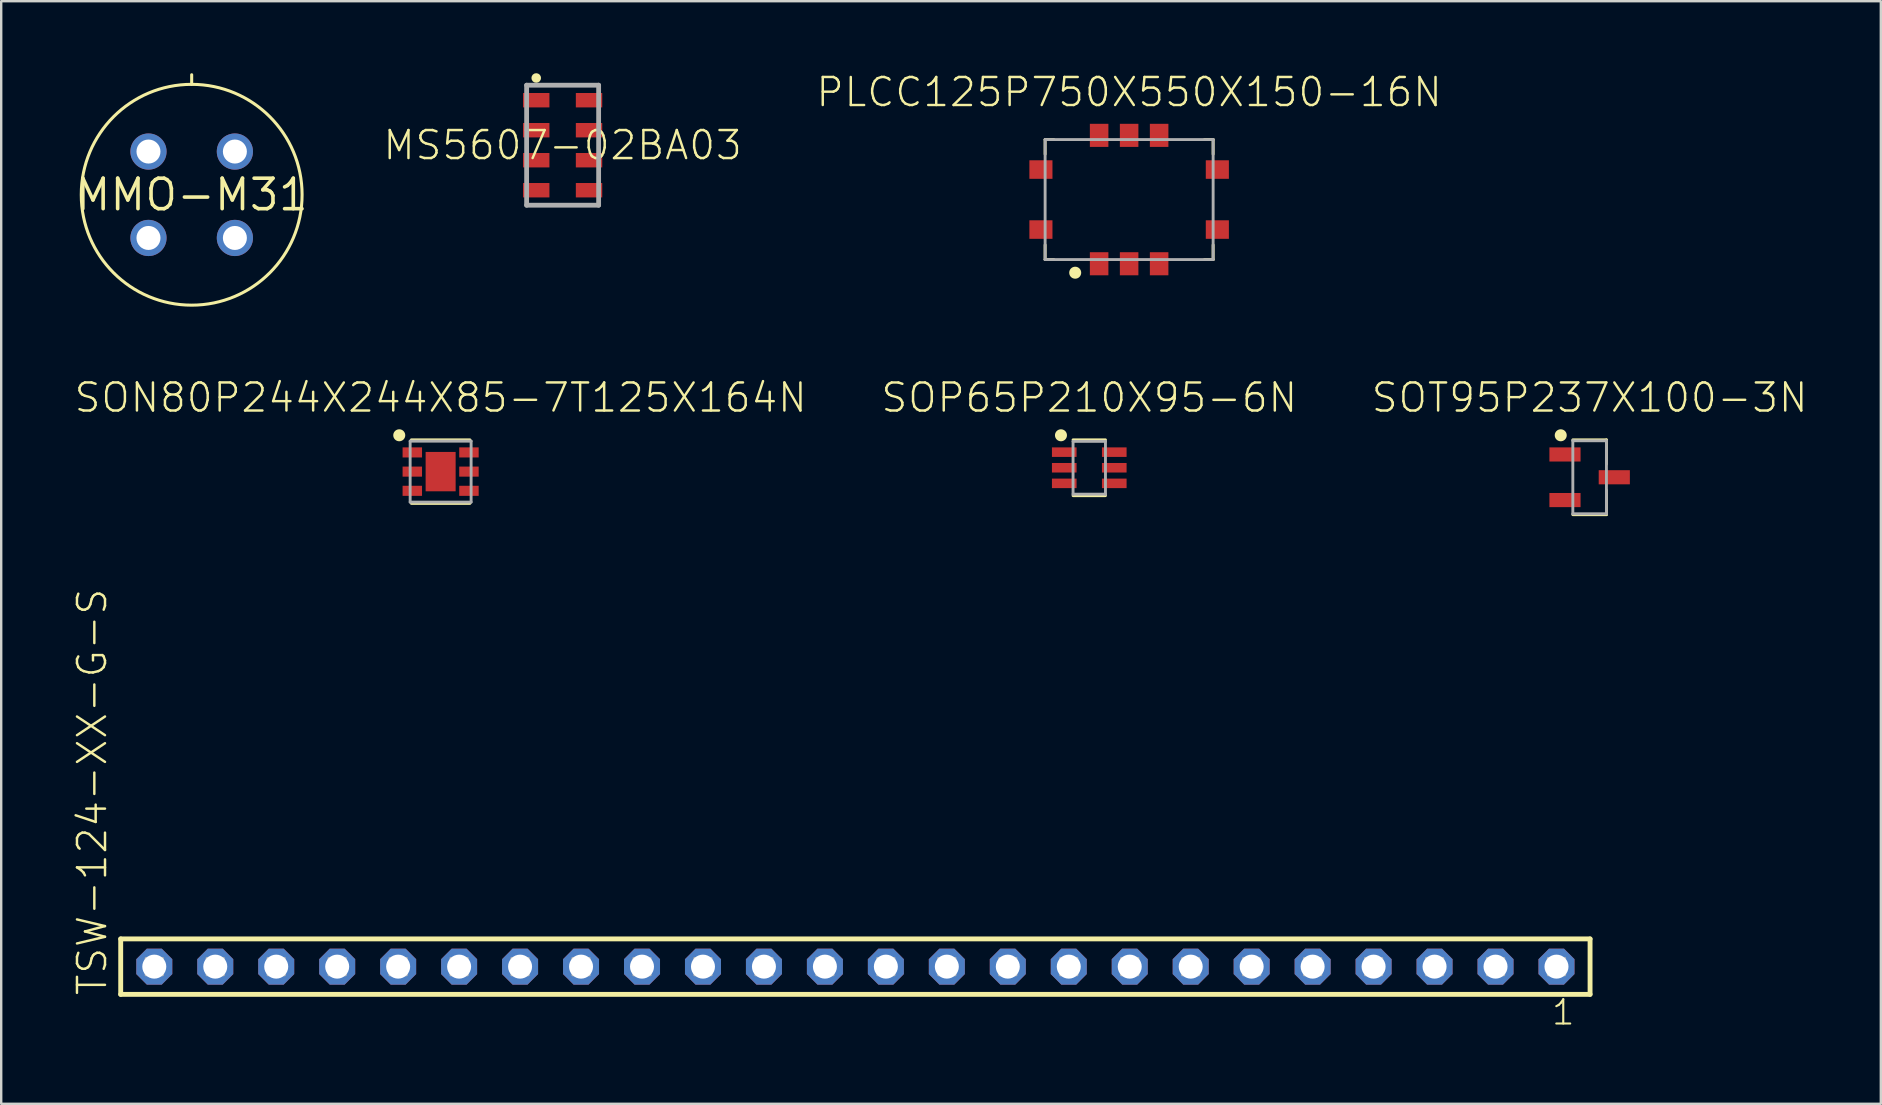
<source format=kicad_pcb>
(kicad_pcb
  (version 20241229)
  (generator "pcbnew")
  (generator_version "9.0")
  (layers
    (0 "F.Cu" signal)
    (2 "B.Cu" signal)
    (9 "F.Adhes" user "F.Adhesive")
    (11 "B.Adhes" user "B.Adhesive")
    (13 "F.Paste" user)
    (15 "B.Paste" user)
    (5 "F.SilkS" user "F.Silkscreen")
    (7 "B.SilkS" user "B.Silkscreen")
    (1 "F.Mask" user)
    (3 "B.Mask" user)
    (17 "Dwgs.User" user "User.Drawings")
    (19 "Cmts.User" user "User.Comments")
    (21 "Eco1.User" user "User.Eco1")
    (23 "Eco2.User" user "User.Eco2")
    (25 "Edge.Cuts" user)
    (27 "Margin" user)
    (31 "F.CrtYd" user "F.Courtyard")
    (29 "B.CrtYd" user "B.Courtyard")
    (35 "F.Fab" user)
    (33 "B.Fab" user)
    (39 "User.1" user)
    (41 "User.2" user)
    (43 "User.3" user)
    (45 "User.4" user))
  (footprint "TSW-124-XX-G-S"
    (layer "F.Cu")
    (at 32.588 37.223)
    (property "Reference" "TSW-124-XX-G-S" (at -31.115 1.27 90) (layer "F.SilkS") (effects (font (size 1.168 1.168) (thickness 0.102)) (justify left bottom)))
    (fp_line (start -30.609 -1.155) (end 30.609 -1.155) (stroke (width 0.203) (type solid)) (layer "F.SilkS"))
    (fp_line (start -30.609 1.155) (end -30.609 -1.155) (stroke (width 0.203) (type solid)) (layer "F.SilkS"))
    (fp_line (start 30.609 -1.155) (end 30.609 1.155) (stroke (width 0.203) (type solid)) (layer "F.SilkS"))
    (fp_line (start 30.609 1.155) (end -30.609 1.155) (stroke (width 0.203) (type solid)) (layer "F.SilkS"))
    (fp_poly (pts (xy -29.56 0.35) (xy -28.86 0.35) (xy -28.86 -0.35) (xy -29.56 -0.35)) (stroke (width 0.1) (type solid)) (fill no) (layer "F.Fab"))
    (fp_poly (pts (xy -27.02 0.35) (xy -26.32 0.35) (xy -26.32 -0.35) (xy -27.02 -0.35)) (stroke (width 0.1) (type solid)) (fill no) (layer "F.Fab"))
    (fp_poly (pts (xy -24.48 0.35) (xy -23.78 0.35) (xy -23.78 -0.35) (xy -24.48 -0.35)) (stroke (width 0.1) (type solid)) (fill no) (layer "F.Fab"))
    (fp_poly (pts (xy -21.94 0.35) (xy -21.24 0.35) (xy -21.24 -0.35) (xy -21.94 -0.35)) (stroke (width 0.1) (type solid)) (fill no) (layer "F.Fab"))
    (fp_poly (pts (xy -19.4 0.35) (xy -18.7 0.35) (xy -18.7 -0.35) (xy -19.4 -0.35)) (stroke (width 0.1) (type solid)) (fill no) (layer "F.Fab"))
    (fp_poly (pts (xy -16.86 0.35) (xy -16.16 0.35) (xy -16.16 -0.35) (xy -16.86 -0.35)) (stroke (width 0.1) (type solid)) (fill no) (layer "F.Fab"))
    (fp_poly (pts (xy -14.32 0.35) (xy -13.62 0.35) (xy -13.62 -0.35) (xy -14.32 -0.35)) (stroke (width 0.1) (type solid)) (fill no) (layer "F.Fab"))
    (fp_poly (pts (xy -11.78 0.35) (xy -11.08 0.35) (xy -11.08 -0.35) (xy -11.78 -0.35)) (stroke (width 0.1) (type solid)) (fill no) (layer "F.Fab"))
    (fp_poly (pts (xy -9.24 0.35) (xy -8.54 0.35) (xy -8.54 -0.35) (xy -9.24 -0.35)) (stroke (width 0.1) (type solid)) (fill no) (layer "F.Fab"))
    (fp_poly (pts (xy -6.7 0.35) (xy -6 0.35) (xy -6 -0.35) (xy -6.7 -0.35)) (stroke (width 0.1) (type solid)) (fill no) (layer "F.Fab"))
    (fp_poly (pts (xy -4.16 0.35) (xy -3.46 0.35) (xy -3.46 -0.35) (xy -4.16 -0.35)) (stroke (width 0.1) (type solid)) (fill no) (layer "F.Fab"))
    (fp_poly (pts (xy -1.62 0.35) (xy -0.92 0.35) (xy -0.92 -0.35) (xy -1.62 -0.35)) (stroke (width 0.1) (type solid)) (fill no) (layer "F.Fab"))
    (fp_poly (pts (xy 0.92 0.35) (xy 1.62 0.35) (xy 1.62 -0.35) (xy 0.92 -0.35)) (stroke (width 0.1) (type solid)) (fill no) (layer "F.Fab"))
    (fp_poly (pts (xy 3.46 0.35) (xy 4.16 0.35) (xy 4.16 -0.35) (xy 3.46 -0.35)) (stroke (width 0.1) (type solid)) (fill no) (layer "F.Fab"))
    (fp_poly (pts (xy 6 0.35) (xy 6.7 0.35) (xy 6.7 -0.35) (xy 6 -0.35)) (stroke (width 0.1) (type solid)) (fill no) (layer "F.Fab"))
    (fp_poly (pts (xy 8.54 0.35) (xy 9.24 0.35) (xy 9.24 -0.35) (xy 8.54 -0.35)) (stroke (width 0.1) (type solid)) (fill no) (layer "F.Fab"))
    (fp_poly (pts (xy 11.08 0.35) (xy 11.78 0.35) (xy 11.78 -0.35) (xy 11.08 -0.35)) (stroke (width 0.1) (type solid)) (fill no) (layer "F.Fab"))
    (fp_poly (pts (xy 13.62 0.35) (xy 14.32 0.35) (xy 14.32 -0.35) (xy 13.62 -0.35)) (stroke (width 0.1) (type solid)) (fill no) (layer "F.Fab"))
    (fp_poly (pts (xy 16.16 0.35) (xy 16.86 0.35) (xy 16.86 -0.35) (xy 16.16 -0.35)) (stroke (width 0.1) (type solid)) (fill no) (layer "F.Fab"))
    (fp_poly (pts (xy 18.7 0.35) (xy 19.4 0.35) (xy 19.4 -0.35) (xy 18.7 -0.35)) (stroke (width 0.1) (type solid)) (fill no) (layer "F.Fab"))
    (fp_poly (pts (xy 21.24 0.35) (xy 21.94 0.35) (xy 21.94 -0.35) (xy 21.24 -0.35)) (stroke (width 0.1) (type solid)) (fill no) (layer "F.Fab"))
    (fp_poly (pts (xy 23.78 0.35) (xy 24.48 0.35) (xy 24.48 -0.35) (xy 23.78 -0.35)) (stroke (width 0.1) (type solid)) (fill no) (layer "F.Fab"))
    (fp_poly (pts (xy 26.32 0.35) (xy 27.02 0.35) (xy 27.02 -0.35) (xy 26.32 -0.35)) (stroke (width 0.1) (type solid)) (fill no) (layer "F.Fab"))
    (fp_poly (pts (xy 28.86 0.35) (xy 29.56 0.35) (xy 29.56 -0.35) (xy 28.86 -0.35)) (stroke (width 0.1) (type solid)) (fill no) (layer "F.Fab"))
    (fp_text user "1" (at 28.952 2.498 0) (layer "F.SilkS") (effects (font (size 1.012 1.012) (thickness 0.088)) (justify left bottom)))
    (pad "1" thru_hole roundrect (at 29.21 0 180) (size 1.5 1.5) (drill 1) (layers "*.Cu" "*.Mask") (roundrect_rratio 0.25) (chamfer_ratio 0.293) (chamfer top_left top_right bottom_left bottom_right))
    (pad "2" thru_hole roundrect (at 26.67 0 180) (size 1.5 1.5) (drill 1) (layers "*.Cu" "*.Mask") (roundrect_rratio 0.25) (chamfer_ratio 0.293) (chamfer top_left top_right bottom_left bottom_right))
    (pad "3" thru_hole roundrect (at 24.13 0 180) (size 1.5 1.5) (drill 1) (layers "*.Cu" "*.Mask") (roundrect_rratio 0.25) (chamfer_ratio 0.293) (chamfer top_left top_right bottom_left bottom_right))
    (pad "4" thru_hole roundrect (at 21.59 0 180) (size 1.5 1.5) (drill 1) (layers "*.Cu" "*.Mask") (roundrect_rratio 0.25) (chamfer_ratio 0.293) (chamfer top_left top_right bottom_left bottom_right))
    (pad "5" thru_hole roundrect (at 19.05 0 180) (size 1.5 1.5) (drill 1) (layers "*.Cu" "*.Mask") (roundrect_rratio 0.25) (chamfer_ratio 0.293) (chamfer top_left top_right bottom_left bottom_right))
    (pad "6" thru_hole roundrect (at 16.51 0 180) (size 1.5 1.5) (drill 1) (layers "*.Cu" "*.Mask") (roundrect_rratio 0.25) (chamfer_ratio 0.293) (chamfer top_left top_right bottom_left bottom_right))
    (pad "7" thru_hole roundrect (at 13.97 0 180) (size 1.5 1.5) (drill 1) (layers "*.Cu" "*.Mask") (roundrect_rratio 0.25) (chamfer_ratio 0.293) (chamfer top_left top_right bottom_left bottom_right))
    (pad "8" thru_hole roundrect (at 11.43 0 180) (size 1.5 1.5) (drill 1) (layers "*.Cu" "*.Mask") (roundrect_rratio 0.25) (chamfer_ratio 0.293) (chamfer top_left top_right bottom_left bottom_right))
    (pad "9" thru_hole roundrect (at 8.89 0 180) (size 1.5 1.5) (drill 1) (layers "*.Cu" "*.Mask") (roundrect_rratio 0.25) (chamfer_ratio 0.293) (chamfer top_left top_right bottom_left bottom_right))
    (pad "10" thru_hole roundrect (at 6.35 0 180) (size 1.5 1.5) (drill 1) (layers "*.Cu" "*.Mask") (roundrect_rratio 0.25) (chamfer_ratio 0.293) (chamfer top_left top_right bottom_left bottom_right))
    (pad "11" thru_hole roundrect (at 3.81 0 180) (size 1.5 1.5) (drill 1) (layers "*.Cu" "*.Mask") (roundrect_rratio 0.25) (chamfer_ratio 0.293) (chamfer top_left top_right bottom_left bottom_right))
    (pad "12" thru_hole roundrect (at 1.27 0 180) (size 1.5 1.5) (drill 1) (layers "*.Cu" "*.Mask") (roundrect_rratio 0.25) (chamfer_ratio 0.293) (chamfer top_left top_right bottom_left bottom_right))
    (pad "13" thru_hole roundrect (at -1.27 0 180) (size 1.5 1.5) (drill 1) (layers "*.Cu" "*.Mask") (roundrect_rratio 0.25) (chamfer_ratio 0.293) (chamfer top_left top_right bottom_left bottom_right))
    (pad "14" thru_hole roundrect (at -3.81 0 180) (size 1.5 1.5) (drill 1) (layers "*.Cu" "*.Mask") (roundrect_rratio 0.25) (chamfer_ratio 0.293) (chamfer top_left top_right bottom_left bottom_right))
    (pad "15" thru_hole roundrect (at -6.35 0 180) (size 1.5 1.5) (drill 1) (layers "*.Cu" "*.Mask") (roundrect_rratio 0.25) (chamfer_ratio 0.293) (chamfer top_left top_right bottom_left bottom_right))
    (pad "16" thru_hole roundrect (at -8.89 0 180) (size 1.5 1.5) (drill 1) (layers "*.Cu" "*.Mask") (roundrect_rratio 0.25) (chamfer_ratio 0.293) (chamfer top_left top_right bottom_left bottom_right))
    (pad "17" thru_hole roundrect (at -11.43 0 180) (size 1.5 1.5) (drill 1) (layers "*.Cu" "*.Mask") (roundrect_rratio 0.25) (chamfer_ratio 0.293) (chamfer top_left top_right bottom_left bottom_right))
    (pad "18" thru_hole roundrect (at -13.97 0 180) (size 1.5 1.5) (drill 1) (layers "*.Cu" "*.Mask") (roundrect_rratio 0.25) (chamfer_ratio 0.293) (chamfer top_left top_right bottom_left bottom_right))
    (pad "19" thru_hole roundrect (at -16.51 0 180) (size 1.5 1.5) (drill 1) (layers "*.Cu" "*.Mask") (roundrect_rratio 0.25) (chamfer_ratio 0.293) (chamfer top_left top_right bottom_left bottom_right))
    (pad "20" thru_hole roundrect (at -19.05 0 180) (size 1.5 1.5) (drill 1) (layers "*.Cu" "*.Mask") (roundrect_rratio 0.25) (chamfer_ratio 0.293) (chamfer top_left top_right bottom_left bottom_right))
    (pad "21" thru_hole roundrect (at -21.59 0 180) (size 1.5 1.5) (drill 1) (layers "*.Cu" "*.Mask") (roundrect_rratio 0.25) (chamfer_ratio 0.293) (chamfer top_left top_right bottom_left bottom_right))
    (pad "22" thru_hole roundrect (at -24.13 0 180) (size 1.5 1.5) (drill 1) (layers "*.Cu" "*.Mask") (roundrect_rratio 0.25) (chamfer_ratio 0.293) (chamfer top_left top_right bottom_left bottom_right))
    (pad "23" thru_hole roundrect (at -26.67 0 180) (size 1.5 1.5) (drill 1) (layers "*.Cu" "*.Mask") (roundrect_rratio 0.25) (chamfer_ratio 0.293) (chamfer top_left top_right bottom_left bottom_right))
    (pad "24" thru_hole roundrect (at -29.21 0 180) (size 1.5 1.5) (drill 1) (layers "*.Cu" "*.Mask") (roundrect_rratio 0.25) (chamfer_ratio 0.293) (chamfer top_left top_right bottom_left bottom_right)))
  (footprint "SON80P244X244X85-7T125X164N"
    (layer "F.Cu")
    (at 15.308 16.599)
    (property "Reference" "SON80P244X244X85-7T125X164N" (at 0 -2.399 0) (layer "F.SilkS") (effects (font (size 1.168 1.168) (thickness 0.102)) (justify bottom)))
    (fp_line (start -1.22 -1.324) (end 1.22 -1.324) (stroke (width 0.12) (type solid)) (layer "F.SilkS"))
    (fp_line (start -1.22 1.324) (end 1.22 1.324) (stroke (width 0.12) (type solid)) (layer "F.SilkS"))
    (fp_circle (center -1.724 -1.514) (end -1.599 -1.514) (stroke (width 0.25) (type solid)) (fill yes) (layer "F.SilkS"))
    (fp_line (start -1.27 -1.27) (end 1.27 -1.27) (stroke (width 0.12) (type solid)) (layer "F.Fab"))
    (fp_line (start -1.27 1.27) (end -1.27 -1.27) (stroke (width 0.12) (type solid)) (layer "F.Fab"))
    (fp_line (start 1.27 -1.27) (end 1.27 1.27) (stroke (width 0.12) (type solid)) (layer "F.Fab"))
    (fp_line (start 1.27 1.27) (end -1.27 1.27) (stroke (width 0.12) (type solid)) (layer "F.Fab"))
    (pad "1" smd rect (at -1.18 -0.8) (size 0.81 0.42) (layers "F.Cu" "F.Mask" "F.Paste"))
    (pad "2" smd rect (at -1.18 0) (size 0.81 0.42) (layers "F.Cu" "F.Mask" "F.Paste"))
    (pad "3" smd rect (at -1.18 0.8) (size 0.81 0.42) (layers "F.Cu" "F.Mask" "F.Paste"))
    (pad "4" smd rect (at 1.18 0.8) (size 0.81 0.42) (layers "F.Cu" "F.Mask" "F.Paste"))
    (pad "5" smd rect (at 1.18 0) (size 0.81 0.42) (layers "F.Cu" "F.Mask" "F.Paste"))
    (pad "6" smd rect (at 1.18 -0.8) (size 0.81 0.42) (layers "F.Cu" "F.Mask" "F.Paste"))
    (pad "7" smd rect (at 0 0) (size 1.25 1.64) (layers "F.Cu" "F.Mask" "F.Paste")))
  (footprint "SOP65P210X95-6N"
    (layer "F.Cu")
    (at 42.332 16.438)
    (property "Reference" "SOP65P210X95-6N" (at 0 -2.237 0) (layer "F.SilkS") (effects (font (size 1.168 1.168) (thickness 0.102)) (justify bottom)))
    (fp_line (start -0.675 -1.163) (end 0.675 -1.163) (stroke (width 0.12) (type solid)) (layer "F.SilkS"))
    (fp_line (start -0.675 1.163) (end 0.675 1.163) (stroke (width 0.12) (type solid)) (layer "F.SilkS"))
    (fp_circle (center -1.179 -1.353) (end -1.054 -1.353) (stroke (width 0.25) (type solid)) (fill yes) (layer "F.SilkS"))
    (fp_line (start -0.675 -1.1) (end 0.675 -1.1) (stroke (width 0.12) (type solid)) (layer "F.Fab"))
    (fp_line (start -0.675 1.1) (end -0.675 -1.1) (stroke (width 0.12) (type solid)) (layer "F.Fab"))
    (fp_line (start 0.675 -1.1) (end 0.675 1.1) (stroke (width 0.12) (type solid)) (layer "F.Fab"))
    (fp_line (start 0.675 1.1) (end -0.675 1.1) (stroke (width 0.12) (type solid)) (layer "F.Fab"))
    (pad "1" smd rect (at -1.042 -0.65) (size 1.026 0.397) (layers "F.Cu" "F.Mask" "F.Paste"))
    (pad "2" smd rect (at -1.042 0) (size 1.026 0.397) (layers "F.Cu" "F.Mask" "F.Paste"))
    (pad "3" smd rect (at -1.042 0.65) (size 1.026 0.397) (layers "F.Cu" "F.Mask" "F.Paste"))
    (pad "4" smd rect (at 1.042 0.65) (size 1.026 0.397) (layers "F.Cu" "F.Mask" "F.Paste"))
    (pad "5" smd rect (at 1.042 0) (size 1.026 0.397) (layers "F.Cu" "F.Mask" "F.Paste"))
    (pad "6" smd rect (at 1.042 -0.65) (size 1.026 0.397) (layers "F.Cu" "F.Mask" "F.Paste")))
  (footprint "MS5607-02BA03"
    (layer "F.Cu")
    (at 20.391 3)
    (property "Reference" "MS5607-02BA03" (at 0 0 0) (layer "F.SilkS") (effects (font (size 1.168 1.168) (thickness 0.102))))
    (fp_line (start -1.5 -2.5) (end 1.5 -2.5) (stroke (width 0.1) (type solid)) (layer "F.SilkS"))
    (fp_line (start -1.5 2.5) (end 1.5 2.5) (stroke (width 0.1) (type solid)) (layer "F.SilkS"))
    (fp_circle (center -1.1 -2.8) (end -1 -2.8) (stroke (width 0.2) (type solid)) (fill no) (layer "F.SilkS"))
    (fp_line (start -1.5 -2.5) (end -1.5 2.5) (stroke (width 0.2) (type solid)) (layer "F.Fab"))
    (fp_line (start -1.5 2.5) (end 1.5 2.5) (stroke (width 0.2) (type solid)) (layer "F.Fab"))
    (fp_line (start 1.5 -2.5) (end -1.5 -2.5) (stroke (width 0.2) (type solid)) (layer "F.Fab"))
    (fp_line (start 1.5 2.5) (end 1.5 -2.5) (stroke (width 0.2) (type solid)) (layer "F.Fab"))
    (pad "1" smd rect (at -1.1 -1.875) (size 1.1 0.6) (layers "F.Cu" "F.Mask" "F.Paste"))
    (pad "2" smd rect (at -1.1 -0.625) (size 1.1 0.6) (layers "F.Cu" "F.Mask" "F.Paste"))
    (pad "3" smd rect (at -1.1 0.625) (size 1.1 0.6) (layers "F.Cu" "F.Mask" "F.Paste"))
    (pad "4" smd rect (at -1.1 1.875) (size 1.1 0.6) (layers "F.Cu" "F.Mask" "F.Paste"))
    (pad "5" smd rect (at 1.1 1.875) (size 1.1 0.6) (layers "F.Cu" "F.Mask" "F.Paste"))
    (pad "6" smd rect (at 1.1 0.625) (size 1.1 0.6) (layers "F.Cu" "F.Mask" "F.Paste"))
    (pad "7" smd rect (at 1.1 -0.625) (size 1.1 0.6) (layers "F.Cu" "F.Mask" "F.Paste"))
    (pad "8" smd rect (at 1.1 -1.875) (size 1.1 0.6) (layers "F.Cu" "F.Mask" "F.Paste")))
  (footprint "MMO-M31"
    (layer "F.Cu")
    (at 4.936 5.064)
    (property "Reference" "MMO-M31" (at 0 0 0) (layer "F.SilkS") (effects (font (size 1.27 1.27) (thickness 0.15))))
    (fp_line (start 0 -5) (end 0 -4.6) (stroke (width 0.127) (type solid)) (layer "F.SilkS"))
    (fp_circle (center 0 0) (end 4.6 0) (stroke (width 0.127) (type solid)) (fill no) (layer "F.SilkS"))
    (pad "1" thru_hole circle (at -1.8 -1.8) (size 1.508 1.508) (drill 1) (layers "*.Cu" "*.Mask"))
    (pad "2" thru_hole circle (at -1.8 1.8) (size 1.508 1.508) (drill 1) (layers "*.Cu" "*.Mask"))
    (pad "3" thru_hole circle (at 1.8 1.8) (size 1.508 1.508) (drill 1) (layers "*.Cu" "*.Mask"))
    (pad "4" thru_hole circle (at 1.8 -1.8) (size 1.508 1.508) (drill 1) (layers "*.Cu" "*.Mask")))
  (footprint "PLCC125P750X550X150-16N"
    (layer "F.Cu")
    (at 43.993 5.264)
    (property "Reference" "PLCC125P750X550X150-16N" (at 0 -3.791 0) (layer "F.SilkS") (effects (font (size 1.168 1.168) (thickness 0.102)) (justify bottom)))
    (fp_line (start -3.5 -2.5) (end -3.14 -2.5) (stroke (width 0.12) (type solid)) (layer "F.SilkS"))
    (fp_line (start -3.5 -1.89) (end -3.5 -2.5) (stroke (width 0.12) (type solid)) (layer "F.SilkS"))
    (fp_line (start -3.5 1.89) (end -3.5 2.5) (stroke (width 0.12) (type solid)) (layer "F.SilkS"))
    (fp_line (start -3.5 2.5) (end -3.14 2.5) (stroke (width 0.12) (type solid)) (layer "F.SilkS"))
    (fp_line (start 3.5 -2.5) (end 3.14 -2.5) (stroke (width 0.12) (type solid)) (layer "F.SilkS"))
    (fp_line (start 3.5 -1.89) (end 3.5 -2.5) (stroke (width 0.12) (type solid)) (layer "F.SilkS"))
    (fp_line (start 3.5 1.89) (end 3.5 2.5) (stroke (width 0.12) (type solid)) (layer "F.SilkS"))
    (fp_line (start 3.5 2.5) (end 3.14 2.5) (stroke (width 0.12) (type solid)) (layer "F.SilkS"))
    (fp_circle (center -2.247 3.048) (end -2.122 3.048) (stroke (width 0.25) (type solid)) (fill yes) (layer "F.SilkS"))
    (fp_line (start -3.5 -2.5) (end 3.5 -2.5) (stroke (width 0.12) (type solid)) (layer "F.Fab"))
    (fp_line (start -3.5 2.5) (end -3.5 -2.5) (stroke (width 0.12) (type solid)) (layer "F.Fab"))
    (fp_line (start 3.5 -2.5) (end 3.5 2.5) (stroke (width 0.12) (type solid)) (layer "F.Fab"))
    (fp_line (start 3.5 2.5) (end -3.5 2.5) (stroke (width 0.12) (type solid)) (layer "F.Fab"))
    (pad "1" smd rect (at -1.25 2.675 90) (size 0.962 0.772) (layers "F.Cu" "F.Mask" "F.Paste"))
    (pad "2" smd rect (at 0 2.675 90) (size 0.962 0.772) (layers "F.Cu" "F.Mask" "F.Paste"))
    (pad "3" smd rect (at 1.25 2.675 90) (size 0.962 0.772) (layers "F.Cu" "F.Mask" "F.Paste"))
    (pad "4" smd rect (at 3.675 1.25) (size 0.962 0.772) (layers "F.Cu" "F.Mask" "F.Paste"))
    (pad "5" smd rect (at 3.675 -1.25) (size 0.962 0.772) (layers "F.Cu" "F.Mask" "F.Paste"))
    (pad "6" smd rect (at 1.25 -2.675 90) (size 0.962 0.772) (layers "F.Cu" "F.Mask" "F.Paste"))
    (pad "7" smd rect (at 0 -2.675 90) (size 0.962 0.772) (layers "F.Cu" "F.Mask" "F.Paste"))
    (pad "8" smd rect (at -1.25 -2.675 90) (size 0.962 0.772) (layers "F.Cu" "F.Mask" "F.Paste"))
    (pad "9" smd rect (at -3.675 -1.25) (size 0.962 0.772) (layers "F.Cu" "F.Mask" "F.Paste"))
    (pad "10" smd rect (at -3.675 1.25) (size 0.962 0.772) (layers "F.Cu" "F.Mask" "F.Paste")))
  (footprint "SOT95P237X100-3N"
    (layer "F.Cu")
    (at 63.179 16.834)
    (property "Reference" "SOT95P237X100-3N" (at 0 -2.634 0) (layer "F.SilkS") (effects (font (size 1.168 1.168) (thickness 0.102)) (justify bottom)))
    (fp_line (start -0.7 -1.559) (end 0.7 -1.559) (stroke (width 0.12) (type solid)) (layer "F.SilkS"))
    (fp_line (start -0.7 1.559) (end 0.7 1.559) (stroke (width 0.12) (type solid)) (layer "F.SilkS"))
    (fp_line (start 0.7 -1.559) (end 0.7 -0.549) (stroke (width 0.12) (type solid)) (layer "F.SilkS"))
    (fp_line (start 0.7 1.559) (end 0.7 0.549) (stroke (width 0.12) (type solid)) (layer "F.SilkS"))
    (fp_circle (center -1.204 -1.749) (end -1.079 -1.749) (stroke (width 0.25) (type solid)) (fill yes) (layer "F.SilkS"))
    (fp_line (start -0.7 -1.52) (end 0.7 -1.52) (stroke (width 0.12) (type solid)) (layer "F.Fab"))
    (fp_line (start -0.7 1.52) (end -0.7 -1.52) (stroke (width 0.12) (type solid)) (layer "F.Fab"))
    (fp_line (start 0.7 -1.52) (end 0.7 1.52) (stroke (width 0.12) (type solid)) (layer "F.Fab"))
    (fp_line (start 0.7 1.52) (end -0.7 1.52) (stroke (width 0.12) (type solid)) (layer "F.Fab"))
    (pad "1" smd rect (at -1.027 -0.95) (size 1.298 0.589) (layers "F.Cu" "F.Mask" "F.Paste"))
    (pad "2" smd rect (at -1.027 0.95) (size 1.298 0.589) (layers "F.Cu" "F.Mask" "F.Paste"))
    (pad "3" smd rect (at 1.027 0) (size 1.298 0.589) (layers "F.Cu" "F.Mask" "F.Paste")))
  (gr_rect
    (start -3 -3)
    (end 75.311 42.938)
    (stroke (width 0.1) (type default))
    (fill no)
    (layer "Edge.Cuts")))
</source>
